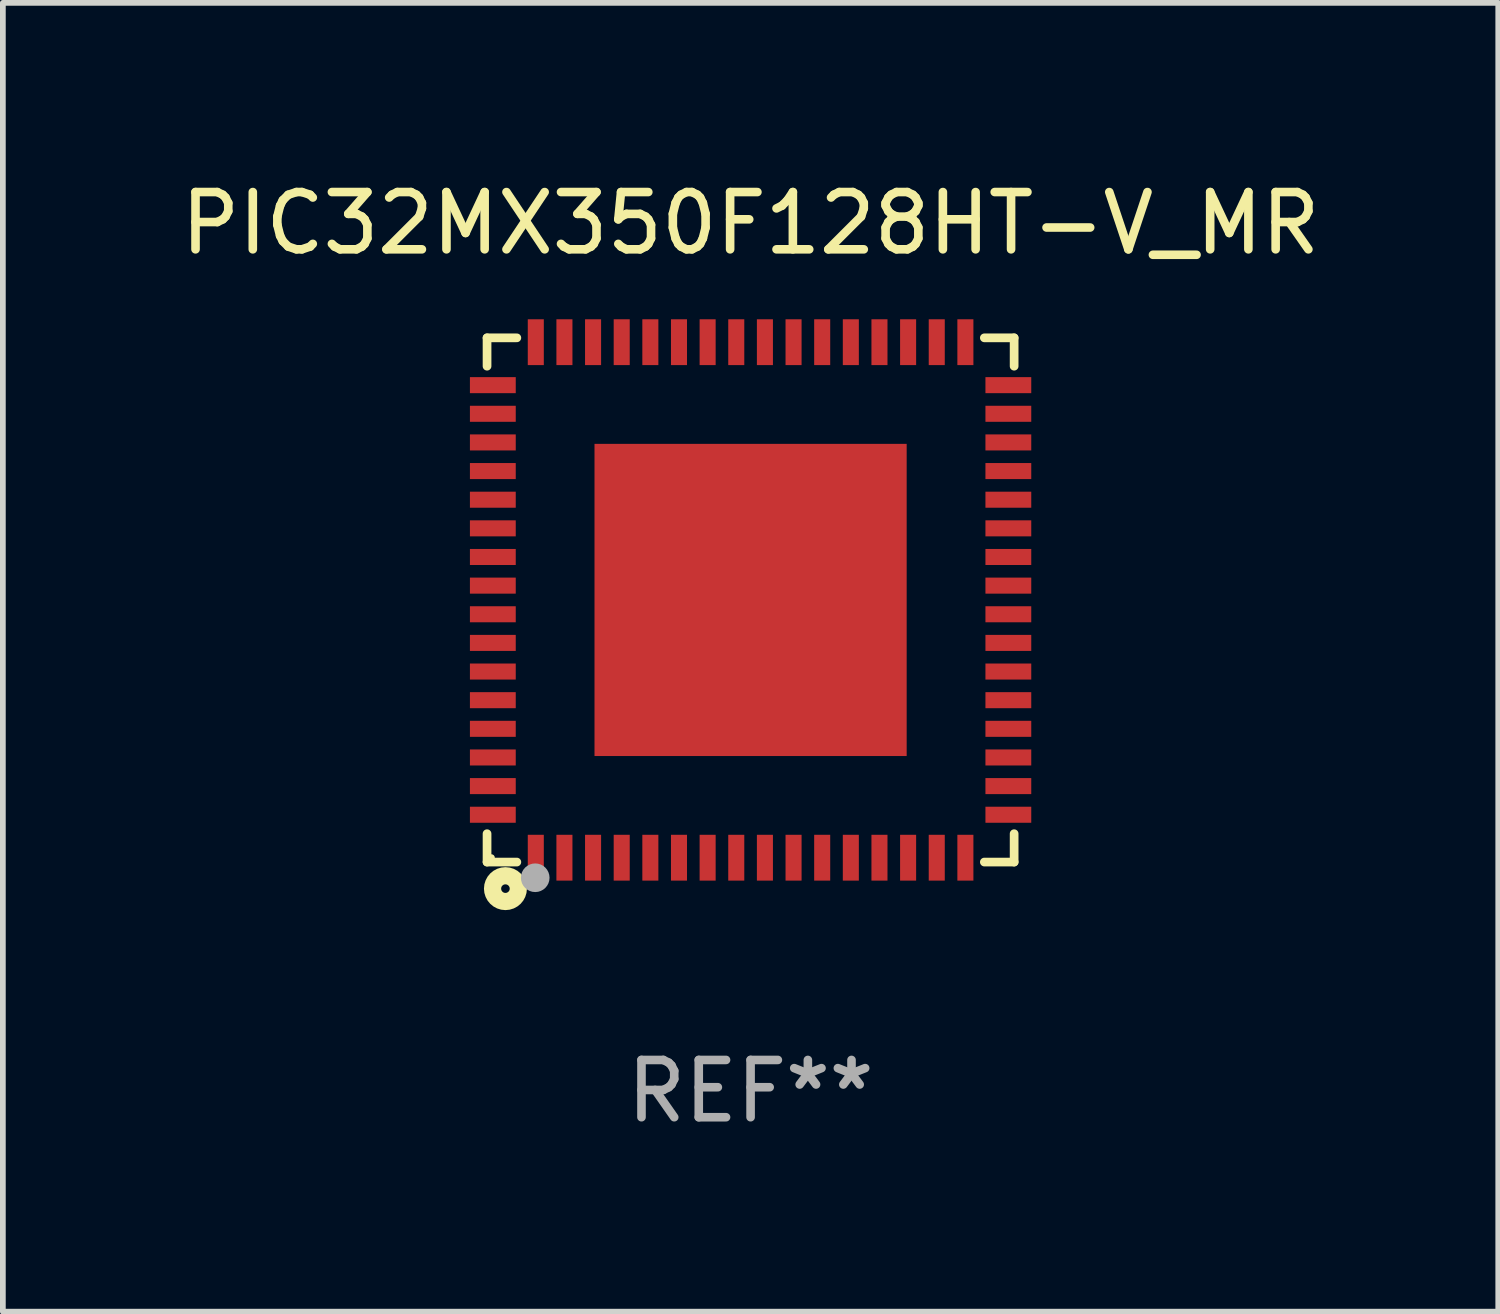
<source format=kicad_pcb>
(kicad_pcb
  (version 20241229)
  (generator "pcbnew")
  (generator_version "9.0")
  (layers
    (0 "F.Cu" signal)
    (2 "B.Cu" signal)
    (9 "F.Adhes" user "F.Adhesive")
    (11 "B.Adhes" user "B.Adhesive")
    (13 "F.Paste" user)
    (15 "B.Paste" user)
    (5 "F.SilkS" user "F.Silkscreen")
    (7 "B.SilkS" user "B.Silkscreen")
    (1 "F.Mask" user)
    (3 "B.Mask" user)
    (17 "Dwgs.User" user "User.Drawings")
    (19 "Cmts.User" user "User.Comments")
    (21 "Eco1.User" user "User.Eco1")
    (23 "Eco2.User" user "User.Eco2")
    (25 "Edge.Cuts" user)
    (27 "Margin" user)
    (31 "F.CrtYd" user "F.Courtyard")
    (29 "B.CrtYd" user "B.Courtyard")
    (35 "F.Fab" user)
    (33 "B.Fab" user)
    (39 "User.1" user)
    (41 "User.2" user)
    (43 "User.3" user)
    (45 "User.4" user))
  (footprint "PIC32MX350F128HT-V_MR"
    (layer "F.Cu")
    (at 10.054 7.424)
    (property "Reference" "PIC32MX350F128HT-V_MR" (at 0 -6.576 0) (layer "F.SilkS") (effects (font (size 1 1) (thickness 0.15))))
    (attr through_hole)
    (fp_line (start -4.601 -4.576) (end -4.081 -4.576) (stroke (width 0.152) (type solid)) (layer "F.SilkS"))
    (fp_line (start -4.601 -4.081) (end -4.601 -4.576) (stroke (width 0.152) (type solid)) (layer "F.SilkS"))
    (fp_line (start -4.601 4.081) (end -4.601 4.576) (stroke (width 0.152) (type solid)) (layer "F.SilkS"))
    (fp_line (start -4.601 4.576) (end -4.081 4.576) (stroke (width 0.152) (type solid)) (layer "F.SilkS"))
    (fp_line (start 4.601 -4.576) (end 4.081 -4.576) (stroke (width 0.152) (type solid)) (layer "F.SilkS"))
    (fp_line (start 4.601 -4.081) (end 4.601 -4.576) (stroke (width 0.152) (type solid)) (layer "F.SilkS"))
    (fp_line (start 4.601 4.081) (end 4.601 4.576) (stroke (width 0.152) (type solid)) (layer "F.SilkS"))
    (fp_line (start 4.601 4.576) (end 4.081 4.576) (stroke (width 0.152) (type solid)) (layer "F.SilkS"))
    (fp_circle (center -4.525 4.5) (end -4.495 4.5) (stroke (width 0.06) (type solid)) (fill no) (layer "F.SilkS"))
    (fp_circle (center -4.28 5.04) (end -4.205 5.04) (stroke (width 0.3) (type solid)) (fill no) (layer "F.SilkS"))
    (fp_circle (center -3.76 4.85) (end -3.635 4.85) (stroke (width 0.25) (type solid)) (fill no) (layer "F.Fab"))
    (fp_text user "REF**" (at 0 8.576 0) (layer "F.Fab") (effects (font (size 1 1) (thickness 0.15))))
    (pad "1" smd rect (at -3.75 4.5) (size 0.28 0.8) (layers "F.Cu" "F.Mask" "F.Paste"))
    (pad "2" smd rect (at -3.25 4.5) (size 0.28 0.8) (layers "F.Cu" "F.Mask" "F.Paste"))
    (pad "3" smd rect (at -2.75 4.5) (size 0.28 0.8) (layers "F.Cu" "F.Mask" "F.Paste"))
    (pad "4" smd rect (at -2.25 4.5) (size 0.28 0.8) (layers "F.Cu" "F.Mask" "F.Paste"))
    (pad "5" smd rect (at -1.75 4.5) (size 0.28 0.8) (layers "F.Cu" "F.Mask" "F.Paste"))
    (pad "6" smd rect (at -1.25 4.5) (size 0.28 0.8) (layers "F.Cu" "F.Mask" "F.Paste"))
    (pad "7" smd rect (at -0.75 4.5) (size 0.28 0.8) (layers "F.Cu" "F.Mask" "F.Paste"))
    (pad "8" smd rect (at -0.25 4.5) (size 0.28 0.8) (layers "F.Cu" "F.Mask" "F.Paste"))
    (pad "9" smd rect (at 0.25 4.5) (size 0.28 0.8) (layers "F.Cu" "F.Mask" "F.Paste"))
    (pad "10" smd rect (at 0.75 4.5) (size 0.28 0.8) (layers "F.Cu" "F.Mask" "F.Paste"))
    (pad "11" smd rect (at 1.25 4.5) (size 0.28 0.8) (layers "F.Cu" "F.Mask" "F.Paste"))
    (pad "12" smd rect (at 1.75 4.5) (size 0.28 0.8) (layers "F.Cu" "F.Mask" "F.Paste"))
    (pad "13" smd rect (at 2.25 4.5) (size 0.28 0.8) (layers "F.Cu" "F.Mask" "F.Paste"))
    (pad "14" smd rect (at 2.75 4.5) (size 0.28 0.8) (layers "F.Cu" "F.Mask" "F.Paste"))
    (pad "15" smd rect (at 3.25 4.5) (size 0.28 0.8) (layers "F.Cu" "F.Mask" "F.Paste"))
    (pad "16" smd rect (at 3.75 4.5) (size 0.28 0.8) (layers "F.Cu" "F.Mask" "F.Paste"))
    (pad "17" smd rect (at 4.5 3.75) (size 0.8 0.28) (layers "F.Cu" "F.Mask" "F.Paste"))
    (pad "18" smd rect (at 4.5 3.25) (size 0.8 0.28) (layers "F.Cu" "F.Mask" "F.Paste"))
    (pad "19" smd rect (at 4.5 2.75) (size 0.8 0.28) (layers "F.Cu" "F.Mask" "F.Paste"))
    (pad "20" smd rect (at 4.5 2.25) (size 0.8 0.28) (layers "F.Cu" "F.Mask" "F.Paste"))
    (pad "21" smd rect (at 4.5 1.75) (size 0.8 0.28) (layers "F.Cu" "F.Mask" "F.Paste"))
    (pad "22" smd rect (at 4.5 1.25) (size 0.8 0.28) (layers "F.Cu" "F.Mask" "F.Paste"))
    (pad "23" smd rect (at 4.5 0.75) (size 0.8 0.28) (layers "F.Cu" "F.Mask" "F.Paste"))
    (pad "24" smd rect (at 4.5 0.25) (size 0.8 0.28) (layers "F.Cu" "F.Mask" "F.Paste"))
    (pad "25" smd rect (at 4.5 -0.25) (size 0.8 0.28) (layers "F.Cu" "F.Mask" "F.Paste"))
    (pad "26" smd rect (at 4.5 -0.75) (size 0.8 0.28) (layers "F.Cu" "F.Mask" "F.Paste"))
    (pad "27" smd rect (at 4.5 -1.25) (size 0.8 0.28) (layers "F.Cu" "F.Mask" "F.Paste"))
    (pad "28" smd rect (at 4.5 -1.75) (size 0.8 0.28) (layers "F.Cu" "F.Mask" "F.Paste"))
    (pad "29" smd rect (at 4.5 -2.25) (size 0.8 0.28) (layers "F.Cu" "F.Mask" "F.Paste"))
    (pad "30" smd rect (at 4.5 -2.75) (size 0.8 0.28) (layers "F.Cu" "F.Mask" "F.Paste"))
    (pad "31" smd rect (at 4.5 -3.25) (size 0.8 0.28) (layers "F.Cu" "F.Mask" "F.Paste"))
    (pad "32" smd rect (at 4.5 -3.75) (size 0.8 0.28) (layers "F.Cu" "F.Mask" "F.Paste"))
    (pad "33" smd rect (at 3.75 -4.5) (size 0.28 0.8) (layers "F.Cu" "F.Mask" "F.Paste"))
    (pad "34" smd rect (at 3.25 -4.5) (size 0.28 0.8) (layers "F.Cu" "F.Mask" "F.Paste"))
    (pad "35" smd rect (at 2.75 -4.5) (size 0.28 0.8) (layers "F.Cu" "F.Mask" "F.Paste"))
    (pad "36" smd rect (at 2.25 -4.5) (size 0.28 0.8) (layers "F.Cu" "F.Mask" "F.Paste"))
    (pad "37" smd rect (at 1.75 -4.5) (size 0.28 0.8) (layers "F.Cu" "F.Mask" "F.Paste"))
    (pad "38" smd rect (at 1.25 -4.5) (size 0.28 0.8) (layers "F.Cu" "F.Mask" "F.Paste"))
    (pad "39" smd rect (at 0.75 -4.5) (size 0.28 0.8) (layers "F.Cu" "F.Mask" "F.Paste"))
    (pad "40" smd rect (at 0.25 -4.5) (size 0.28 0.8) (layers "F.Cu" "F.Mask" "F.Paste"))
    (pad "41" smd rect (at -0.25 -4.5) (size 0.28 0.8) (layers "F.Cu" "F.Mask" "F.Paste"))
    (pad "42" smd rect (at -0.75 -4.5) (size 0.28 0.8) (layers "F.Cu" "F.Mask" "F.Paste"))
    (pad "43" smd rect (at -1.25 -4.5) (size 0.28 0.8) (layers "F.Cu" "F.Mask" "F.Paste"))
    (pad "44" smd rect (at -1.75 -4.5) (size 0.28 0.8) (layers "F.Cu" "F.Mask" "F.Paste"))
    (pad "45" smd rect (at -2.25 -4.5) (size 0.28 0.8) (layers "F.Cu" "F.Mask" "F.Paste"))
    (pad "46" smd rect (at -2.75 -4.5) (size 0.28 0.8) (layers "F.Cu" "F.Mask" "F.Paste"))
    (pad "47" smd rect (at -3.25 -4.5) (size 0.28 0.8) (layers "F.Cu" "F.Mask" "F.Paste"))
    (pad "48" smd rect (at -3.75 -4.5) (size 0.28 0.8) (layers "F.Cu" "F.Mask" "F.Paste"))
    (pad "49" smd rect (at -4.5 -3.75) (size 0.8 0.28) (layers "F.Cu" "F.Mask" "F.Paste"))
    (pad "50" smd rect (at -4.5 -3.25) (size 0.8 0.28) (layers "F.Cu" "F.Mask" "F.Paste"))
    (pad "51" smd rect (at -4.5 -2.75) (size 0.8 0.28) (layers "F.Cu" "F.Mask" "F.Paste"))
    (pad "52" smd rect (at -4.5 -2.25) (size 0.8 0.28) (layers "F.Cu" "F.Mask" "F.Paste"))
    (pad "53" smd rect (at -4.5 -1.75) (size 0.8 0.28) (layers "F.Cu" "F.Mask" "F.Paste"))
    (pad "54" smd rect (at -4.5 -1.25) (size 0.8 0.28) (layers "F.Cu" "F.Mask" "F.Paste"))
    (pad "55" smd rect (at -4.5 -0.75) (size 0.8 0.28) (layers "F.Cu" "F.Mask" "F.Paste"))
    (pad "56" smd rect (at -4.5 -0.25) (size 0.8 0.28) (layers "F.Cu" "F.Mask" "F.Paste"))
    (pad "57" smd rect (at -4.5 0.25) (size 0.8 0.28) (layers "F.Cu" "F.Mask" "F.Paste"))
    (pad "58" smd rect (at -4.5 0.75) (size 0.8 0.28) (layers "F.Cu" "F.Mask" "F.Paste"))
    (pad "59" smd rect (at -4.5 1.25) (size 0.8 0.28) (layers "F.Cu" "F.Mask" "F.Paste"))
    (pad "60" smd rect (at -4.5 1.75) (size 0.8 0.28) (layers "F.Cu" "F.Mask" "F.Paste"))
    (pad "61" smd rect (at -4.5 2.25) (size 0.8 0.28) (layers "F.Cu" "F.Mask" "F.Paste"))
    (pad "62" smd rect (at -4.5 2.75) (size 0.8 0.28) (layers "F.Cu" "F.Mask" "F.Paste"))
    (pad "63" smd rect (at -4.5 3.25) (size 0.8 0.28) (layers "F.Cu" "F.Mask" "F.Paste"))
    (pad "64" smd rect (at -4.5 3.75) (size 0.8 0.28) (layers "F.Cu" "F.Mask" "F.Paste"))
    (pad "65" smd rect (at 0 0) (size 5.45 5.45) (layers "F.Cu" "F.Mask" "F.Paste")))
  (gr_rect
    (start -3 -3)
    (end 23.107 19.849)
    (stroke (width 0.1) (type default))
    (fill no)
    (layer "Edge.Cuts")))
</source>
